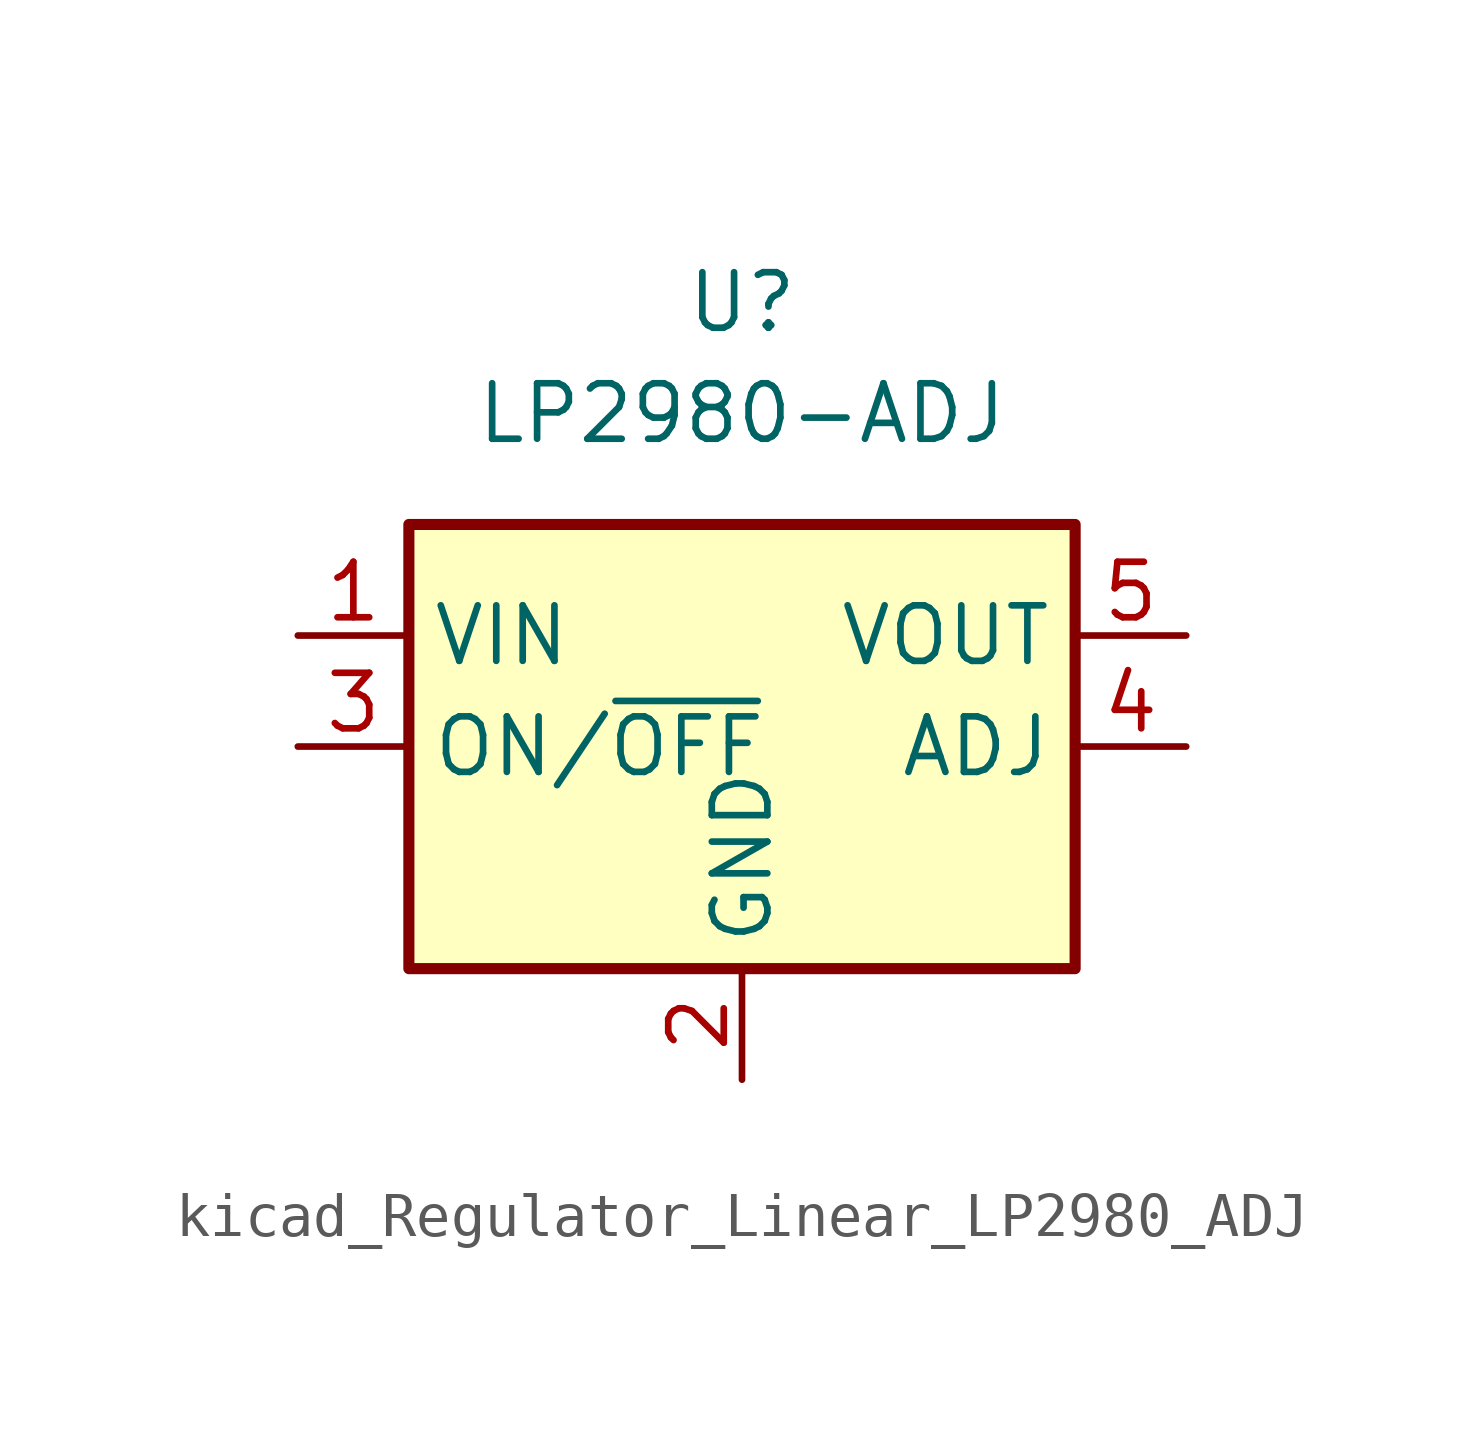
<source format=kicad_sym>
(kicad_symbol_lib
  (version 20220914)
  (generator kicad_symbol_editor)
  (symbol "kicad_Regulator_Linear_LP2980_ADJ"
    (property "Reference" "U"
      (at 0 10.16 0)
      (effects (font (size 1.27 1.27))))
    (property "Value" "LP2980-ADJ"
      (at 0 7.62 0)
      (effects (font (size 1.27 1.27))))
    (symbol "kicad_Regulator_Linear_LP2980_ADJ_0_1"
      (rectangle (start -7.62 5.08) (end 7.62 -5.08) (stroke (width 0.254) (type default)) (fill (type background))))
    (symbol "kicad_Regulator_Linear_LP2980_ADJ_1_1"
      (pin power_in line (at -10.16 2.54 0) (length 2.54) (name "VIN" (effects (font (size 1.27 1.27)))) (number "1" (effects (font (size 1.27 1.27)))))
      (pin power_in line (at 0 -7.62 90) (length 2.54) (name "GND" (effects (font (size 1.27 1.27)))) (number "2" (effects (font (size 1.27 1.27)))))
      (pin input line (at -10.16 0 0) (length 2.54) (name "ON/~{OFF}" (effects (font (size 1.27 1.27)))) (number "3" (effects (font (size 1.27 1.27)))))
      (pin input line (at 10.16 0 180) (length 2.54) (name "ADJ" (effects (font (size 1.27 1.27)))) (number "4" (effects (font (size 1.27 1.27)))))
      (pin power_out line (at 10.16 2.54 180) (length 2.54) (name "VOUT" (effects (font (size 1.27 1.27)))) (number "5" (effects (font (size 1.27 1.27))))))))
</source>
